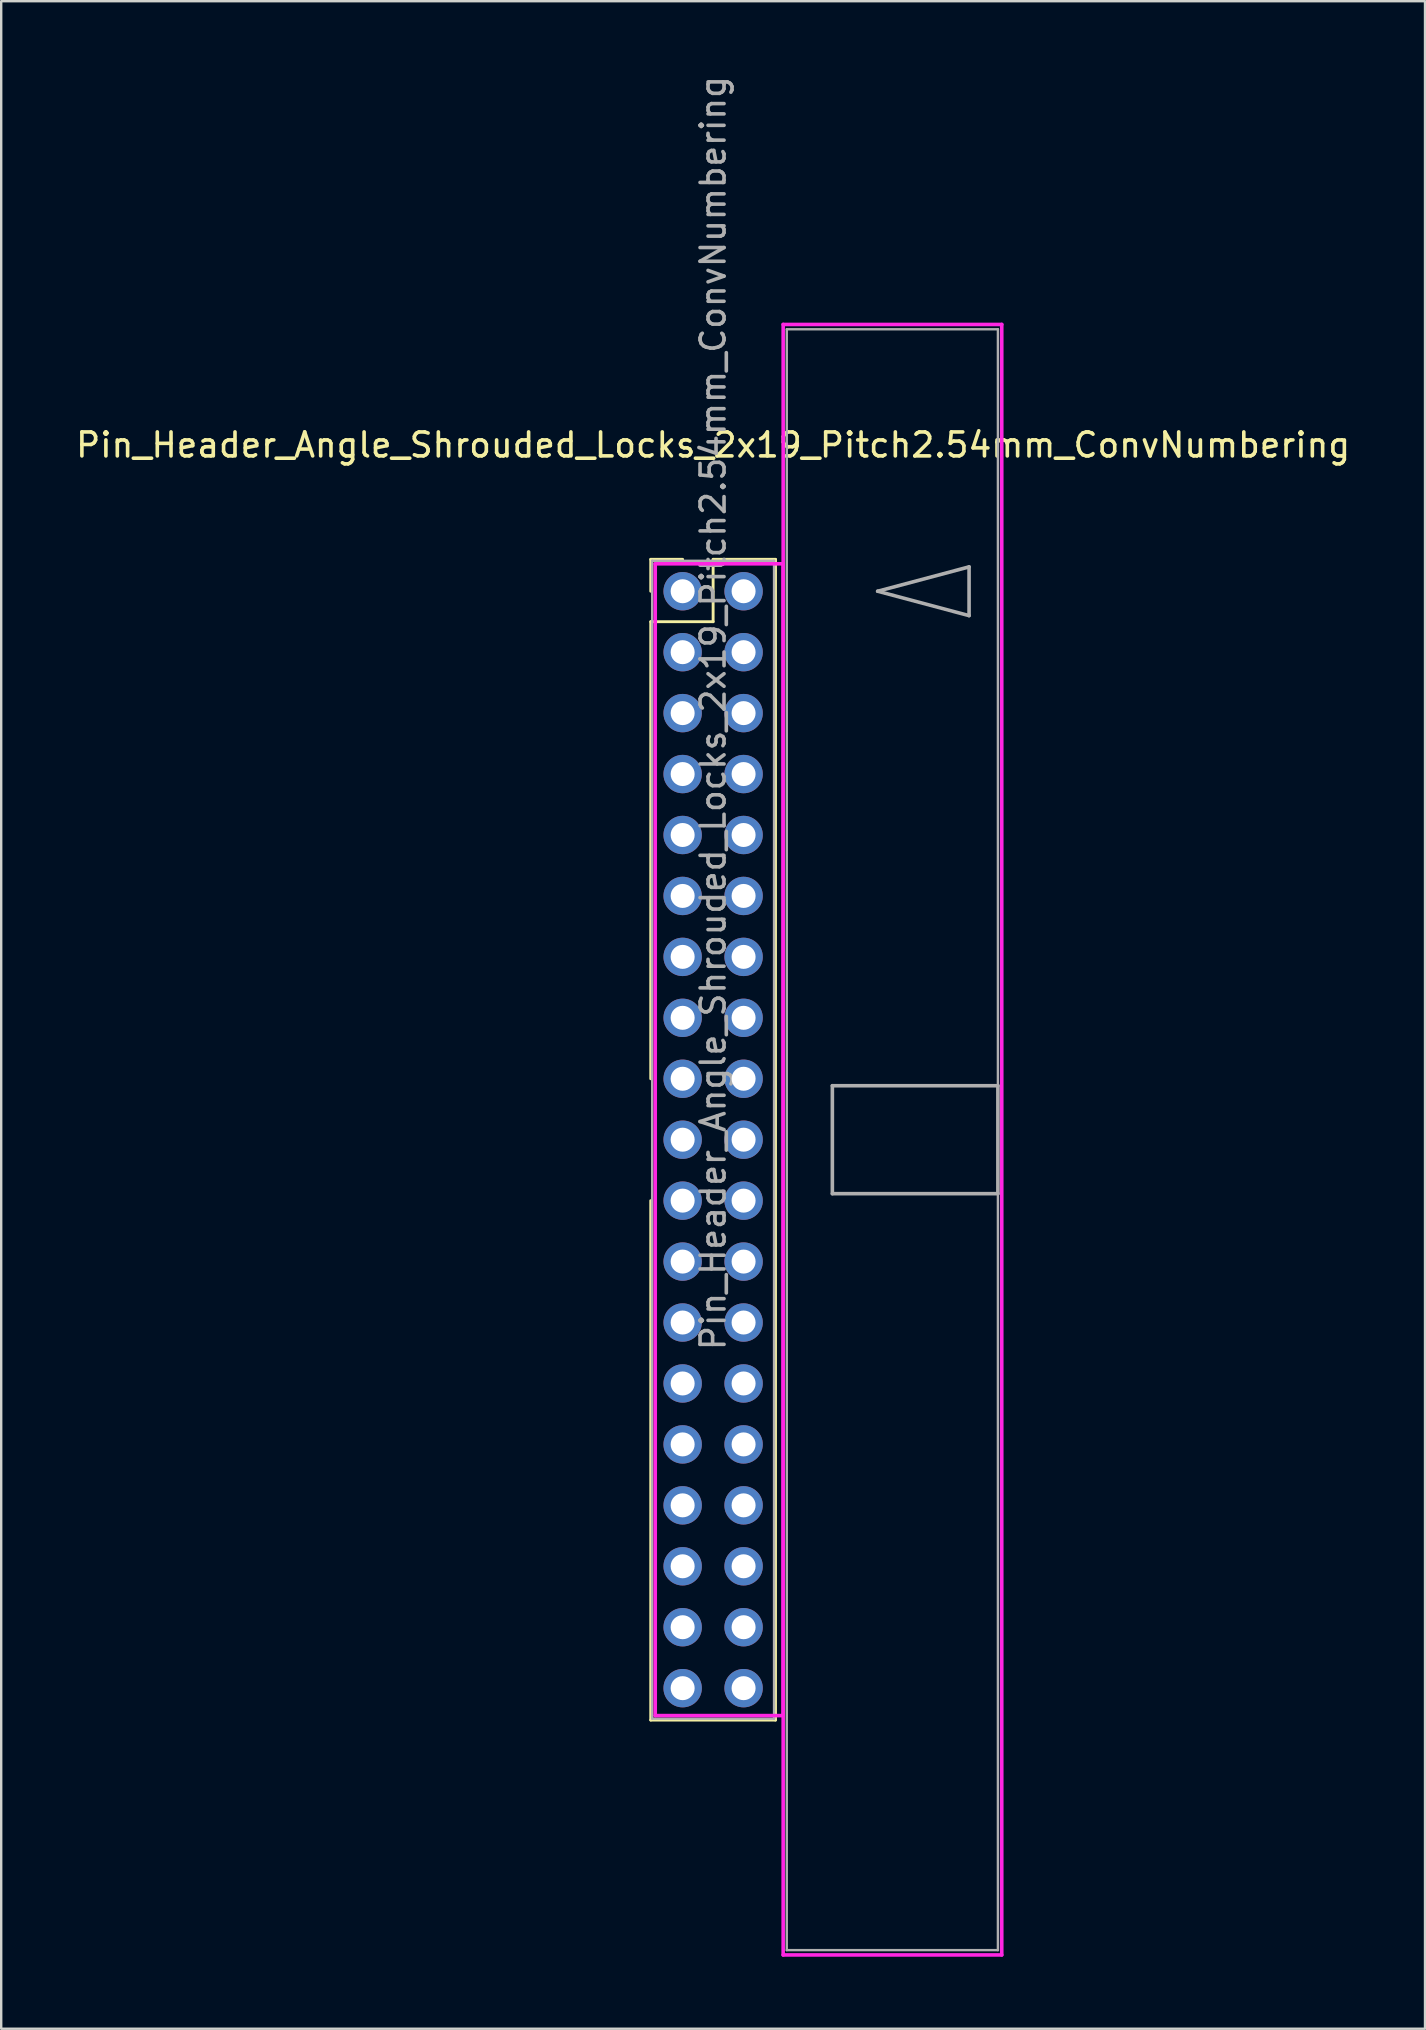
<source format=kicad_pcb>
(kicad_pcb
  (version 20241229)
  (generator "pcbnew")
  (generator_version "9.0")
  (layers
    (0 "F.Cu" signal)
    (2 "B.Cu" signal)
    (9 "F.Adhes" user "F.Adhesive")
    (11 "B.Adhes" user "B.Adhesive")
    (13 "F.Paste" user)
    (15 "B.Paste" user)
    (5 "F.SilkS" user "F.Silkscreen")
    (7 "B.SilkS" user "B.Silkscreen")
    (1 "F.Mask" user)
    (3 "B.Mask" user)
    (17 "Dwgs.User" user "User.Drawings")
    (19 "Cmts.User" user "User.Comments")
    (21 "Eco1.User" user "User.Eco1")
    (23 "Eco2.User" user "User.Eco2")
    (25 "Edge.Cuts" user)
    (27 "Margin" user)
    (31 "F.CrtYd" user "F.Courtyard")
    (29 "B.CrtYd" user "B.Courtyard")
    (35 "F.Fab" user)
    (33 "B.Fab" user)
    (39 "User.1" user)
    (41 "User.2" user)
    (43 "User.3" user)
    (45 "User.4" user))
  (footprint "Pin_Header_Angle_Shrouded_Locks_2x19_Pitch2.54mm_ConvNumbering"
    (layer "F.Cu")
    (at 25.403 21.593)
    (property "Reference" "Pin_Header_Angle_Shrouded_Locks_2x19_Pitch2.54mm_ConvNumbering" (at 1.27 -6.096 0) (layer "F.SilkS") (effects (font (size 1 1) (thickness 0.15))))
    (attr through_hole)
    (fp_line (start -1.33 -1.33) (end 0 -1.33) (stroke (width 0.12) (type solid)) (layer "F.SilkS"))
    (fp_line (start -1.33 0) (end -1.33 -1.33) (stroke (width 0.12) (type solid)) (layer "F.SilkS"))
    (fp_line (start -1.33 1.27) (end -1.33 20.32) (stroke (width 0.12) (type solid)) (layer "F.SilkS"))
    (fp_line (start -1.33 1.27) (end 1.27 1.27) (stroke (width 0.12) (type solid)) (layer "F.SilkS"))
    (fp_line (start -1.33 25.4) (end -1.33 47.05) (stroke (width 0.12) (type solid)) (layer "F.SilkS"))
    (fp_line (start -1.33 47.05) (end 3.87 47.05) (stroke (width 0.12) (type solid)) (layer "F.SilkS"))
    (fp_line (start 1.27 -1.33) (end 3.87 -1.33) (stroke (width 0.12) (type solid)) (layer "F.SilkS"))
    (fp_line (start 1.27 1.27) (end 1.27 -1.33) (stroke (width 0.12) (type solid)) (layer "F.SilkS"))
    (fp_line (start 3.87 -1.33) (end 3.87 47.05) (stroke (width 0.12) (type solid)) (layer "F.SilkS"))
    (fp_line (start -1.143 -1.143) (end -1.143 46.863) (stroke (width 0.15) (type solid)) (layer "F.CrtYd"))
    (fp_line (start -1.143 46.863) (end 4.19 46.863) (stroke (width 0.15) (type solid)) (layer "F.CrtYd"))
    (fp_line (start 4.19 -11.12) (end 4.19 56.84) (stroke (width 0.15) (type solid)) (layer "F.CrtYd"))
    (fp_line (start 4.19 -1.143) (end -1.143 -1.143) (stroke (width 0.15) (type solid)) (layer "F.CrtYd"))
    (fp_line (start 4.19 46.863) (end 4.19 -1.143) (stroke (width 0.15) (type solid)) (layer "F.CrtYd"))
    (fp_line (start 4.19 56.84) (end 13.3 56.84) (stroke (width 0.15) (type solid)) (layer "F.CrtYd"))
    (fp_line (start 13.3 -11.12) (end 4.19 -11.12) (stroke (width 0.15) (type solid)) (layer "F.CrtYd"))
    (fp_line (start 13.3 56.84) (end 13.3 -11.12) (stroke (width 0.15) (type solid)) (layer "F.CrtYd"))
    (fp_line (start -1.27 -1.27) (end -1.27 46.99) (stroke (width 0.1) (type solid)) (layer "F.Fab"))
    (fp_line (start -1.27 46.99) (end 3.81 46.99) (stroke (width 0.1) (type solid)) (layer "F.Fab"))
    (fp_line (start 3.81 -1.27) (end -1.27 -1.27) (stroke (width 0.1) (type solid)) (layer "F.Fab"))
    (fp_line (start 3.81 46.99) (end 3.81 -1.27) (stroke (width 0.1) (type solid)) (layer "F.Fab"))
    (fp_line (start 4.34 -10.92) (end 4.34 56.64) (stroke (width 0.1) (type solid)) (layer "F.Fab"))
    (fp_line (start 4.34 56.64) (end 13.14 56.64) (stroke (width 0.1) (type solid)) (layer "F.Fab"))
    (fp_line (start 6.24 20.61) (end 6.24 25.11) (stroke (width 0.15) (type solid)) (layer "F.Fab"))
    (fp_line (start 6.24 25.11) (end 13.14 25.11) (stroke (width 0.15) (type solid)) (layer "F.Fab"))
    (fp_line (start 8.128 0) (end 11.938 -1.016) (stroke (width 0.15) (type solid)) (layer "F.Fab"))
    (fp_line (start 11.938 -1.016) (end 11.938 1.016) (stroke (width 0.15) (type solid)) (layer "F.Fab"))
    (fp_line (start 11.938 1.016) (end 8.128 0) (stroke (width 0.15) (type solid)) (layer "F.Fab"))
    (fp_line (start 13.14 -10.92) (end 4.34 -10.92) (stroke (width 0.1) (type solid)) (layer "F.Fab"))
    (fp_line (start 13.14 20.61) (end 6.24 20.61) (stroke (width 0.15) (type solid)) (layer "F.Fab"))
    (fp_line (start 13.14 25.11) (end 13.14 20.61) (stroke (width 0.15) (type solid)) (layer "F.Fab"))
    (fp_line (start 13.14 56.64) (end 13.14 -10.92) (stroke (width 0.1) (type solid)) (layer "F.Fab"))
    (fp_text user "${REFERENCE}" (at 1.27 5.08 90) (layer "F.Fab") (effects (font (size 1 1) (thickness 0.15))))
    (pad "1" thru_hole oval (at 0 0) (size 1.6 1.6) (drill 1) (layers "*.Cu" "*.Mask"))
    (pad "2" thru_hole oval (at 2.54 0) (size 1.6 1.6) (drill 1) (layers "*.Cu" "*.Mask"))
    (pad "3" thru_hole oval (at 0 2.54) (size 1.6 1.6) (drill 1) (layers "*.Cu" "*.Mask"))
    (pad "4" thru_hole oval (at 2.54 2.54) (size 1.6 1.6) (drill 1) (layers "*.Cu" "*.Mask"))
    (pad "5" thru_hole oval (at 0 5.08) (size 1.6 1.6) (drill 1) (layers "*.Cu" "*.Mask"))
    (pad "6" thru_hole oval (at 2.54 5.08) (size 1.6 1.6) (drill 1) (layers "*.Cu" "*.Mask"))
    (pad "7" thru_hole oval (at 0 7.62) (size 1.6 1.6) (drill 1) (layers "*.Cu" "*.Mask"))
    (pad "8" thru_hole oval (at 2.54 7.62) (size 1.6 1.6) (drill 1) (layers "*.Cu" "*.Mask"))
    (pad "9" thru_hole oval (at 0 10.16) (size 1.6 1.6) (drill 1) (layers "*.Cu" "*.Mask"))
    (pad "10" thru_hole oval (at 2.54 10.16) (size 1.6 1.6) (drill 1) (layers "*.Cu" "*.Mask"))
    (pad "11" thru_hole oval (at 0 12.7) (size 1.6 1.6) (drill 1) (layers "*.Cu" "*.Mask"))
    (pad "12" thru_hole oval (at 2.54 12.7) (size 1.6 1.6) (drill 1) (layers "*.Cu" "*.Mask"))
    (pad "13" thru_hole oval (at 0 15.24) (size 1.6 1.6) (drill 1) (layers "*.Cu" "*.Mask"))
    (pad "14" thru_hole oval (at 2.54 15.24) (size 1.6 1.6) (drill 1) (layers "*.Cu" "*.Mask"))
    (pad "15" thru_hole oval (at 0 17.78) (size 1.6 1.6) (drill 1) (layers "*.Cu" "*.Mask"))
    (pad "16" thru_hole oval (at 2.54 17.78) (size 1.6 1.6) (drill 1) (layers "*.Cu" "*.Mask"))
    (pad "17" thru_hole oval (at 0 20.32) (size 1.6 1.6) (drill 1) (layers "*.Cu" "*.Mask"))
    (pad "18" thru_hole oval (at 2.54 20.32) (size 1.6 1.6) (drill 1) (layers "*.Cu" "*.Mask"))
    (pad "19" thru_hole oval (at 0 22.86) (size 1.6 1.6) (drill 1) (layers "*.Cu" "*.Mask"))
    (pad "20" thru_hole oval (at 2.54 22.86) (size 1.6 1.6) (drill 1) (layers "*.Cu" "*.Mask"))
    (pad "21" thru_hole oval (at 0 25.4) (size 1.6 1.6) (drill 1) (layers "*.Cu" "*.Mask"))
    (pad "22" thru_hole oval (at 2.54 25.4) (size 1.6 1.6) (drill 1) (layers "*.Cu" "*.Mask"))
    (pad "23" thru_hole oval (at 0 27.94) (size 1.6 1.6) (drill 1) (layers "*.Cu" "*.Mask"))
    (pad "24" thru_hole oval (at 2.54 27.94) (size 1.6 1.6) (drill 1) (layers "*.Cu" "*.Mask"))
    (pad "25" thru_hole oval (at 0 30.48) (size 1.6 1.6) (drill 1) (layers "*.Cu" "*.Mask"))
    (pad "26" thru_hole oval (at 2.54 30.48) (size 1.6 1.6) (drill 1) (layers "*.Cu" "*.Mask"))
    (pad "27" thru_hole oval (at 0 33.02) (size 1.6 1.6) (drill 1) (layers "*.Cu" "*.Mask"))
    (pad "28" thru_hole oval (at 2.54 33.02) (size 1.6 1.6) (drill 1) (layers "*.Cu" "*.Mask"))
    (pad "29" thru_hole oval (at 0 35.56) (size 1.6 1.6) (drill 1) (layers "*.Cu" "*.Mask"))
    (pad "30" thru_hole oval (at 2.54 35.56) (size 1.6 1.6) (drill 1) (layers "*.Cu" "*.Mask"))
    (pad "31" thru_hole oval (at 0 38.1) (size 1.6 1.6) (drill 1) (layers "*.Cu" "*.Mask"))
    (pad "32" thru_hole oval (at 2.54 38.1) (size 1.6 1.6) (drill 1) (layers "*.Cu" "*.Mask"))
    (pad "33" thru_hole oval (at 0 40.64) (size 1.6 1.6) (drill 1) (layers "*.Cu" "*.Mask"))
    (pad "34" thru_hole oval (at 2.54 40.64) (size 1.6 1.6) (drill 1) (layers "*.Cu" "*.Mask"))
    (pad "35" thru_hole oval (at 0 43.18) (size 1.6 1.6) (drill 1) (layers "*.Cu" "*.Mask"))
    (pad "36" thru_hole oval (at 2.54 43.18) (size 1.6 1.6) (drill 1) (layers "*.Cu" "*.Mask"))
    (pad "37" thru_hole oval (at 0 45.72) (size 1.6 1.6) (drill 1) (layers "*.Cu" "*.Mask"))
    (pad "38" thru_hole oval (at 2.54 45.72) (size 1.6 1.6) (drill 1) (layers "*.Cu" "*.Mask")))
  (gr_rect
    (start -3 -3)
    (end 56.345 81.508)
    (stroke (width 0.1) (type default))
    (fill no)
    (layer "Edge.Cuts")))
</source>
